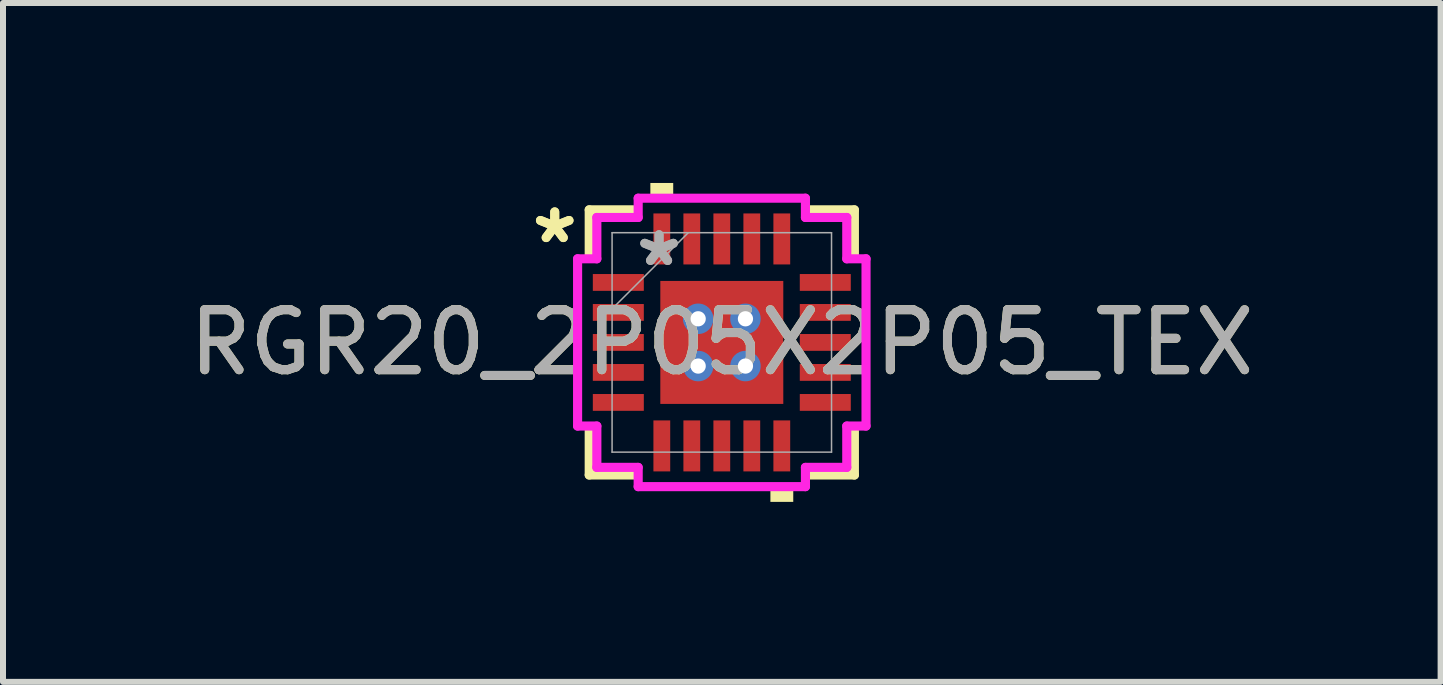
<source format=kicad_pcb>
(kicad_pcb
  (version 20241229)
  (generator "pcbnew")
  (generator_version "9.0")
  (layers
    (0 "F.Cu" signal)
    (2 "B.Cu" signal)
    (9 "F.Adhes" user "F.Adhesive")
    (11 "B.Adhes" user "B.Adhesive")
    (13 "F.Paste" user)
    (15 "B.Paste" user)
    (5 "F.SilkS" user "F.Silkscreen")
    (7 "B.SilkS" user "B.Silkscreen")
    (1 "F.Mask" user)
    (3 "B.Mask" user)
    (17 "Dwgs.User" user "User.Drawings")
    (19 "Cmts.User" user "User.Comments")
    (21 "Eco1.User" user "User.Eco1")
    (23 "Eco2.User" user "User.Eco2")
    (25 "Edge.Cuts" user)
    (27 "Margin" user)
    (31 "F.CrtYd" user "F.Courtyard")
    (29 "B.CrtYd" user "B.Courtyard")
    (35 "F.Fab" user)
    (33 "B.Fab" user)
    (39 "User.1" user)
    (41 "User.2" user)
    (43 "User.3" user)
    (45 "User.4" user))
  (footprint "RGR20_2P05X2P05_TEX"
    (layer "F.Cu")
    (at 8.982 2.658)
    (property "Reference" "RGR20_2P05X2P05_TEX" (at 0 0 0) (unlocked yes) (layer "F.SilkS") (effects (font (size 1 1) (thickness 0.15))))
    (attr smd)
    (fp_poly (pts (xy -1.089 -1.089) (xy -0.594 -1.089) (xy -0.594 1.089) (xy -1.089 1.089)) (stroke (width 0) (type solid)) (fill yes) (layer "F.Mask"))
    (fp_poly (pts (xy -1.089 -1.089) (xy 1.089 -1.089) (xy 1.089 -0.594) (xy -1.089 -0.594)) (stroke (width 0) (type solid)) (fill yes) (layer "F.Mask"))
    (fp_poly (pts (xy -1.089 -0.194) (xy 1.089 -0.194) (xy 1.089 0.194) (xy -1.089 0.194)) (stroke (width 0) (type solid)) (fill yes) (layer "F.Mask"))
    (fp_poly (pts (xy -1.089 0.594) (xy 1.089 0.594) (xy 1.089 1.089) (xy -1.089 1.089)) (stroke (width 0) (type solid)) (fill yes) (layer "F.Mask"))
    (fp_poly (pts (xy 0.194 -1.089) (xy -0.194 -1.089) (xy -0.194 1.089) (xy 0.194 1.089)) (stroke (width 0) (type solid)) (fill yes) (layer "F.Mask"))
    (fp_poly (pts (xy 0.594 -1.089) (xy 1.089 -1.089) (xy 1.089 1.089) (xy 0.594 1.089)) (stroke (width 0) (type solid)) (fill yes) (layer "F.Mask"))
    (fp_line (start -2.21 -2.21) (end -2.21 -1.467) (stroke (width 0.152) (type solid)) (layer "F.SilkS"))
    (fp_line (start -2.21 1.467) (end -2.21 2.21) (stroke (width 0.152) (type solid)) (layer "F.SilkS"))
    (fp_line (start -2.21 2.21) (end -1.468 2.21) (stroke (width 0.152) (type solid)) (layer "F.SilkS"))
    (fp_line (start -1.468 -2.21) (end -2.21 -2.21) (stroke (width 0.152) (type solid)) (layer "F.SilkS"))
    (fp_line (start 1.468 2.21) (end 2.21 2.21) (stroke (width 0.152) (type solid)) (layer "F.SilkS"))
    (fp_line (start 2.21 -2.21) (end 1.468 -2.21) (stroke (width 0.152) (type solid)) (layer "F.SilkS"))
    (fp_line (start 2.21 -1.467) (end 2.21 -2.21) (stroke (width 0.152) (type solid)) (layer "F.SilkS"))
    (fp_line (start 2.21 2.21) (end 2.21 1.467) (stroke (width 0.152) (type solid)) (layer "F.SilkS"))
    (fp_poly (pts (xy -1.191 -2.404) (xy -1.191 -2.658) (xy -0.81 -2.658) (xy -0.81 -2.404)) (stroke (width 0) (type solid)) (fill yes) (layer "F.SilkS"))
    (fp_poly (pts (xy 0.81 2.404) (xy 0.81 2.658) (xy 1.191 2.658) (xy 1.191 2.404)) (stroke (width 0) (type solid)) (fill yes) (layer "F.SilkS"))
    (fp_poly (pts (xy -0.95 -0.95) (xy -0.95 -0.494) (xy -0.635 -0.494) (xy -0.494 -0.635) (xy -0.494 -0.95)) (stroke (width 0) (type solid)) (fill yes) (layer "F.Paste"))
    (fp_poly (pts (xy -0.95 0.494) (xy -0.95 0.95) (xy -0.494 0.95) (xy -0.494 0.635) (xy -0.635 0.494)) (stroke (width 0) (type solid)) (fill yes) (layer "F.Paste"))
    (fp_poly (pts (xy 0.494 -0.95) (xy 0.494 -0.635) (xy 0.635 -0.494) (xy 0.95 -0.494) (xy 0.95 -0.95)) (stroke (width 0) (type solid)) (fill yes) (layer "F.Paste"))
    (fp_poly (pts (xy 0.635 0.494) (xy 0.494 0.635) (xy 0.494 0.95) (xy 0.95 0.95) (xy 0.95 0.494)) (stroke (width 0) (type solid)) (fill yes) (layer "F.Paste"))
    (fp_poly (pts (xy -0.95 -0.294) (xy -0.95 0.294) (xy -0.635 0.294) (xy -0.494 0.152) (xy -0.494 -0.152) (xy -0.635 -0.294)) (stroke (width 0) (type solid)) (fill yes) (layer "F.Paste"))
    (fp_poly (pts (xy -0.294 -0.95) (xy -0.294 -0.635) (xy -0.152 -0.494) (xy 0.152 -0.494) (xy 0.294 -0.635) (xy 0.294 -0.95)) (stroke (width 0) (type solid)) (fill yes) (layer "F.Paste"))
    (fp_poly (pts (xy -0.152 0.494) (xy -0.294 0.635) (xy -0.294 0.95) (xy 0.294 0.95) (xy 0.294 0.635) (xy 0.152 0.494)) (stroke (width 0) (type solid)) (fill yes) (layer "F.Paste"))
    (fp_poly (pts (xy 0.635 -0.294) (xy 0.494 -0.152) (xy 0.494 0.152) (xy 0.635 0.294) (xy 0.95 0.294) (xy 0.95 -0.294)) (stroke (width 0) (type solid)) (fill yes) (layer "F.Paste"))
    (fp_poly (pts (xy -0.152 -0.294) (xy -0.294 -0.152) (xy -0.294 0.152) (xy -0.152 0.294) (xy 0.152 0.294) (xy 0.294 0.152) (xy 0.294 -0.152) (xy 0.152 -0.294)) (stroke (width 0) (type solid)) (fill yes) (layer "F.Paste"))
    (fp_line (start -2.404 -1.394) (end -2.083 -1.394) (stroke (width 0.152) (type solid)) (layer "F.CrtYd"))
    (fp_line (start -2.404 1.394) (end -2.404 -1.394) (stroke (width 0.152) (type solid)) (layer "F.CrtYd"))
    (fp_line (start -2.083 -2.083) (end -1.394 -2.083) (stroke (width 0.152) (type solid)) (layer "F.CrtYd"))
    (fp_line (start -2.083 -1.394) (end -2.083 -2.083) (stroke (width 0.152) (type solid)) (layer "F.CrtYd"))
    (fp_line (start -2.083 1.394) (end -2.404 1.394) (stroke (width 0.152) (type solid)) (layer "F.CrtYd"))
    (fp_line (start -2.083 2.083) (end -2.083 1.394) (stroke (width 0.152) (type solid)) (layer "F.CrtYd"))
    (fp_line (start -1.394 -2.404) (end 1.394 -2.404) (stroke (width 0.152) (type solid)) (layer "F.CrtYd"))
    (fp_line (start -1.394 -2.083) (end -1.394 -2.404) (stroke (width 0.152) (type solid)) (layer "F.CrtYd"))
    (fp_line (start -1.394 2.083) (end -2.083 2.083) (stroke (width 0.152) (type solid)) (layer "F.CrtYd"))
    (fp_line (start -1.394 2.404) (end -1.394 2.083) (stroke (width 0.152) (type solid)) (layer "F.CrtYd"))
    (fp_line (start 1.394 -2.404) (end 1.394 -2.083) (stroke (width 0.152) (type solid)) (layer "F.CrtYd"))
    (fp_line (start 1.394 -2.083) (end 2.083 -2.083) (stroke (width 0.152) (type solid)) (layer "F.CrtYd"))
    (fp_line (start 1.394 2.083) (end 1.394 2.404) (stroke (width 0.152) (type solid)) (layer "F.CrtYd"))
    (fp_line (start 1.394 2.404) (end -1.394 2.404) (stroke (width 0.152) (type solid)) (layer "F.CrtYd"))
    (fp_line (start 2.083 -2.083) (end 2.083 -1.394) (stroke (width 0.152) (type solid)) (layer "F.CrtYd"))
    (fp_line (start 2.083 -1.394) (end 2.404 -1.394) (stroke (width 0.152) (type solid)) (layer "F.CrtYd"))
    (fp_line (start 2.083 1.394) (end 2.083 2.083) (stroke (width 0.152) (type solid)) (layer "F.CrtYd"))
    (fp_line (start 2.083 2.083) (end 1.394 2.083) (stroke (width 0.152) (type solid)) (layer "F.CrtYd"))
    (fp_line (start 2.404 -1.394) (end 2.404 1.394) (stroke (width 0.152) (type solid)) (layer "F.CrtYd"))
    (fp_line (start 2.404 1.394) (end 2.083 1.394) (stroke (width 0.152) (type solid)) (layer "F.CrtYd"))
    (fp_line (start -1.829 -1.829) (end -1.829 1.829) (stroke (width 0.025) (type solid)) (layer "F.Fab"))
    (fp_line (start -1.829 -0.559) (end -0.559 -1.829) (stroke (width 0.025) (type solid)) (layer "F.Fab"))
    (fp_line (start -1.829 1.829) (end 1.829 1.829) (stroke (width 0.025) (type solid)) (layer "F.Fab"))
    (fp_line (start 1.829 -1.829) (end -1.829 -1.829) (stroke (width 0.025) (type solid)) (layer "F.Fab"))
    (fp_line (start 1.829 1.829) (end 1.829 -1.829) (stroke (width 0.025) (type solid)) (layer "F.Fab"))
    (fp_text user "*" (at -2.785 -1.631 0) (layer "F.SilkS") (effects (font (size 1 1) (thickness 0.15))))
    (fp_text user "*" (at -2.785 -1.631 0) (unlocked yes) (layer "F.SilkS") (effects (font (size 1 1) (thickness 0.15))))
    (fp_text user "*" (at -1.046 -1.25 0) (unlocked yes) (layer "F.Fab") (effects (font (size 1 1) (thickness 0.15))))
    (fp_text user "*" (at -1.046 -1.25 0) (layer "F.Fab") (effects (font (size 1 1) (thickness 0.15))))
    (fp_text user "${REFERENCE}" (at 0 0 0) (unlocked yes) (layer "F.Fab") (effects (font (size 1 1) (thickness 0.15))))
    (pad "1" smd rect (at -1.725 -1 90) (size 0.28 0.85) (layers "F.Cu" "F.Mask"))
    (pad "2" smd rect (at -1.725 -0.5 90) (size 0.28 0.85) (layers "F.Cu" "F.Mask"))
    (pad "3" smd rect (at -1.725 0 90) (size 0.28 0.85) (layers "F.Cu" "F.Mask"))
    (pad "4" smd rect (at -1.725 0.5 90) (size 0.28 0.85) (layers "F.Cu" "F.Mask"))
    (pad "5" smd rect (at -1.725 1 90) (size 0.28 0.85) (layers "F.Cu" "F.Mask"))
    (pad "6" smd rect (at -1 1.725) (size 0.28 0.85) (layers "F.Cu" "F.Mask"))
    (pad "7" smd rect (at -0.5 1.725) (size 0.28 0.85) (layers "F.Cu" "F.Mask"))
    (pad "8" smd rect (at 0 1.725) (size 0.28 0.85) (layers "F.Cu" "F.Mask"))
    (pad "9" smd rect (at 0.5 1.725) (size 0.28 0.85) (layers "F.Cu" "F.Mask"))
    (pad "10" smd rect (at 1 1.725) (size 0.28 0.85) (layers "F.Cu" "F.Mask"))
    (pad "11" smd rect (at 1.725 1 90) (size 0.28 0.85) (layers "F.Cu" "F.Mask"))
    (pad "12" smd rect (at 1.725 0.5 90) (size 0.28 0.85) (layers "F.Cu" "F.Mask"))
    (pad "13" smd rect (at 1.725 0 90) (size 0.28 0.85) (layers "F.Cu" "F.Mask"))
    (pad "14" smd rect (at 1.725 -0.5 90) (size 0.28 0.85) (layers "F.Cu" "F.Mask"))
    (pad "15" smd rect (at 1.725 -1 90) (size 0.28 0.85) (layers "F.Cu" "F.Mask"))
    (pad "16" smd rect (at 1 -1.725) (size 0.28 0.85) (layers "F.Cu" "F.Mask"))
    (pad "17" smd rect (at 0.5 -1.725) (size 0.28 0.85) (layers "F.Cu" "F.Mask"))
    (pad "18" smd rect (at 0 -1.725) (size 0.28 0.85) (layers "F.Cu" "F.Mask"))
    (pad "19" smd rect (at -0.5 -1.725) (size 0.28 0.85) (layers "F.Cu" "F.Mask"))
    (pad "20" smd rect (at -1 -1.725) (size 0.28 0.85) (layers "F.Cu" "F.Mask"))
    (pad "21" smd rect (at 0 0) (size 2.05 2.05) (layers "F.Cu"))
    (pad "V" thru_hole circle (at -0.394 -0.394) (size 0.508 0.508) (drill 0.254) (layers "*.Cu" "*.Mask"))
    (pad "V" thru_hole circle (at -0.394 0.394) (size 0.508 0.508) (drill 0.254) (layers "*.Cu" "*.Mask"))
    (pad "V" thru_hole circle (at 0.394 -0.394) (size 0.508 0.508) (drill 0.254) (layers "*.Cu" "*.Mask"))
    (pad "V" thru_hole circle (at 0.394 0.394) (size 0.508 0.508) (drill 0.254) (layers "*.Cu" "*.Mask")))
  (gr_rect
    (start -3 -3)
    (end 20.964 8.316)
    (stroke (width 0.1) (type default))
    (fill no)
    (layer "Edge.Cuts")))
</source>
